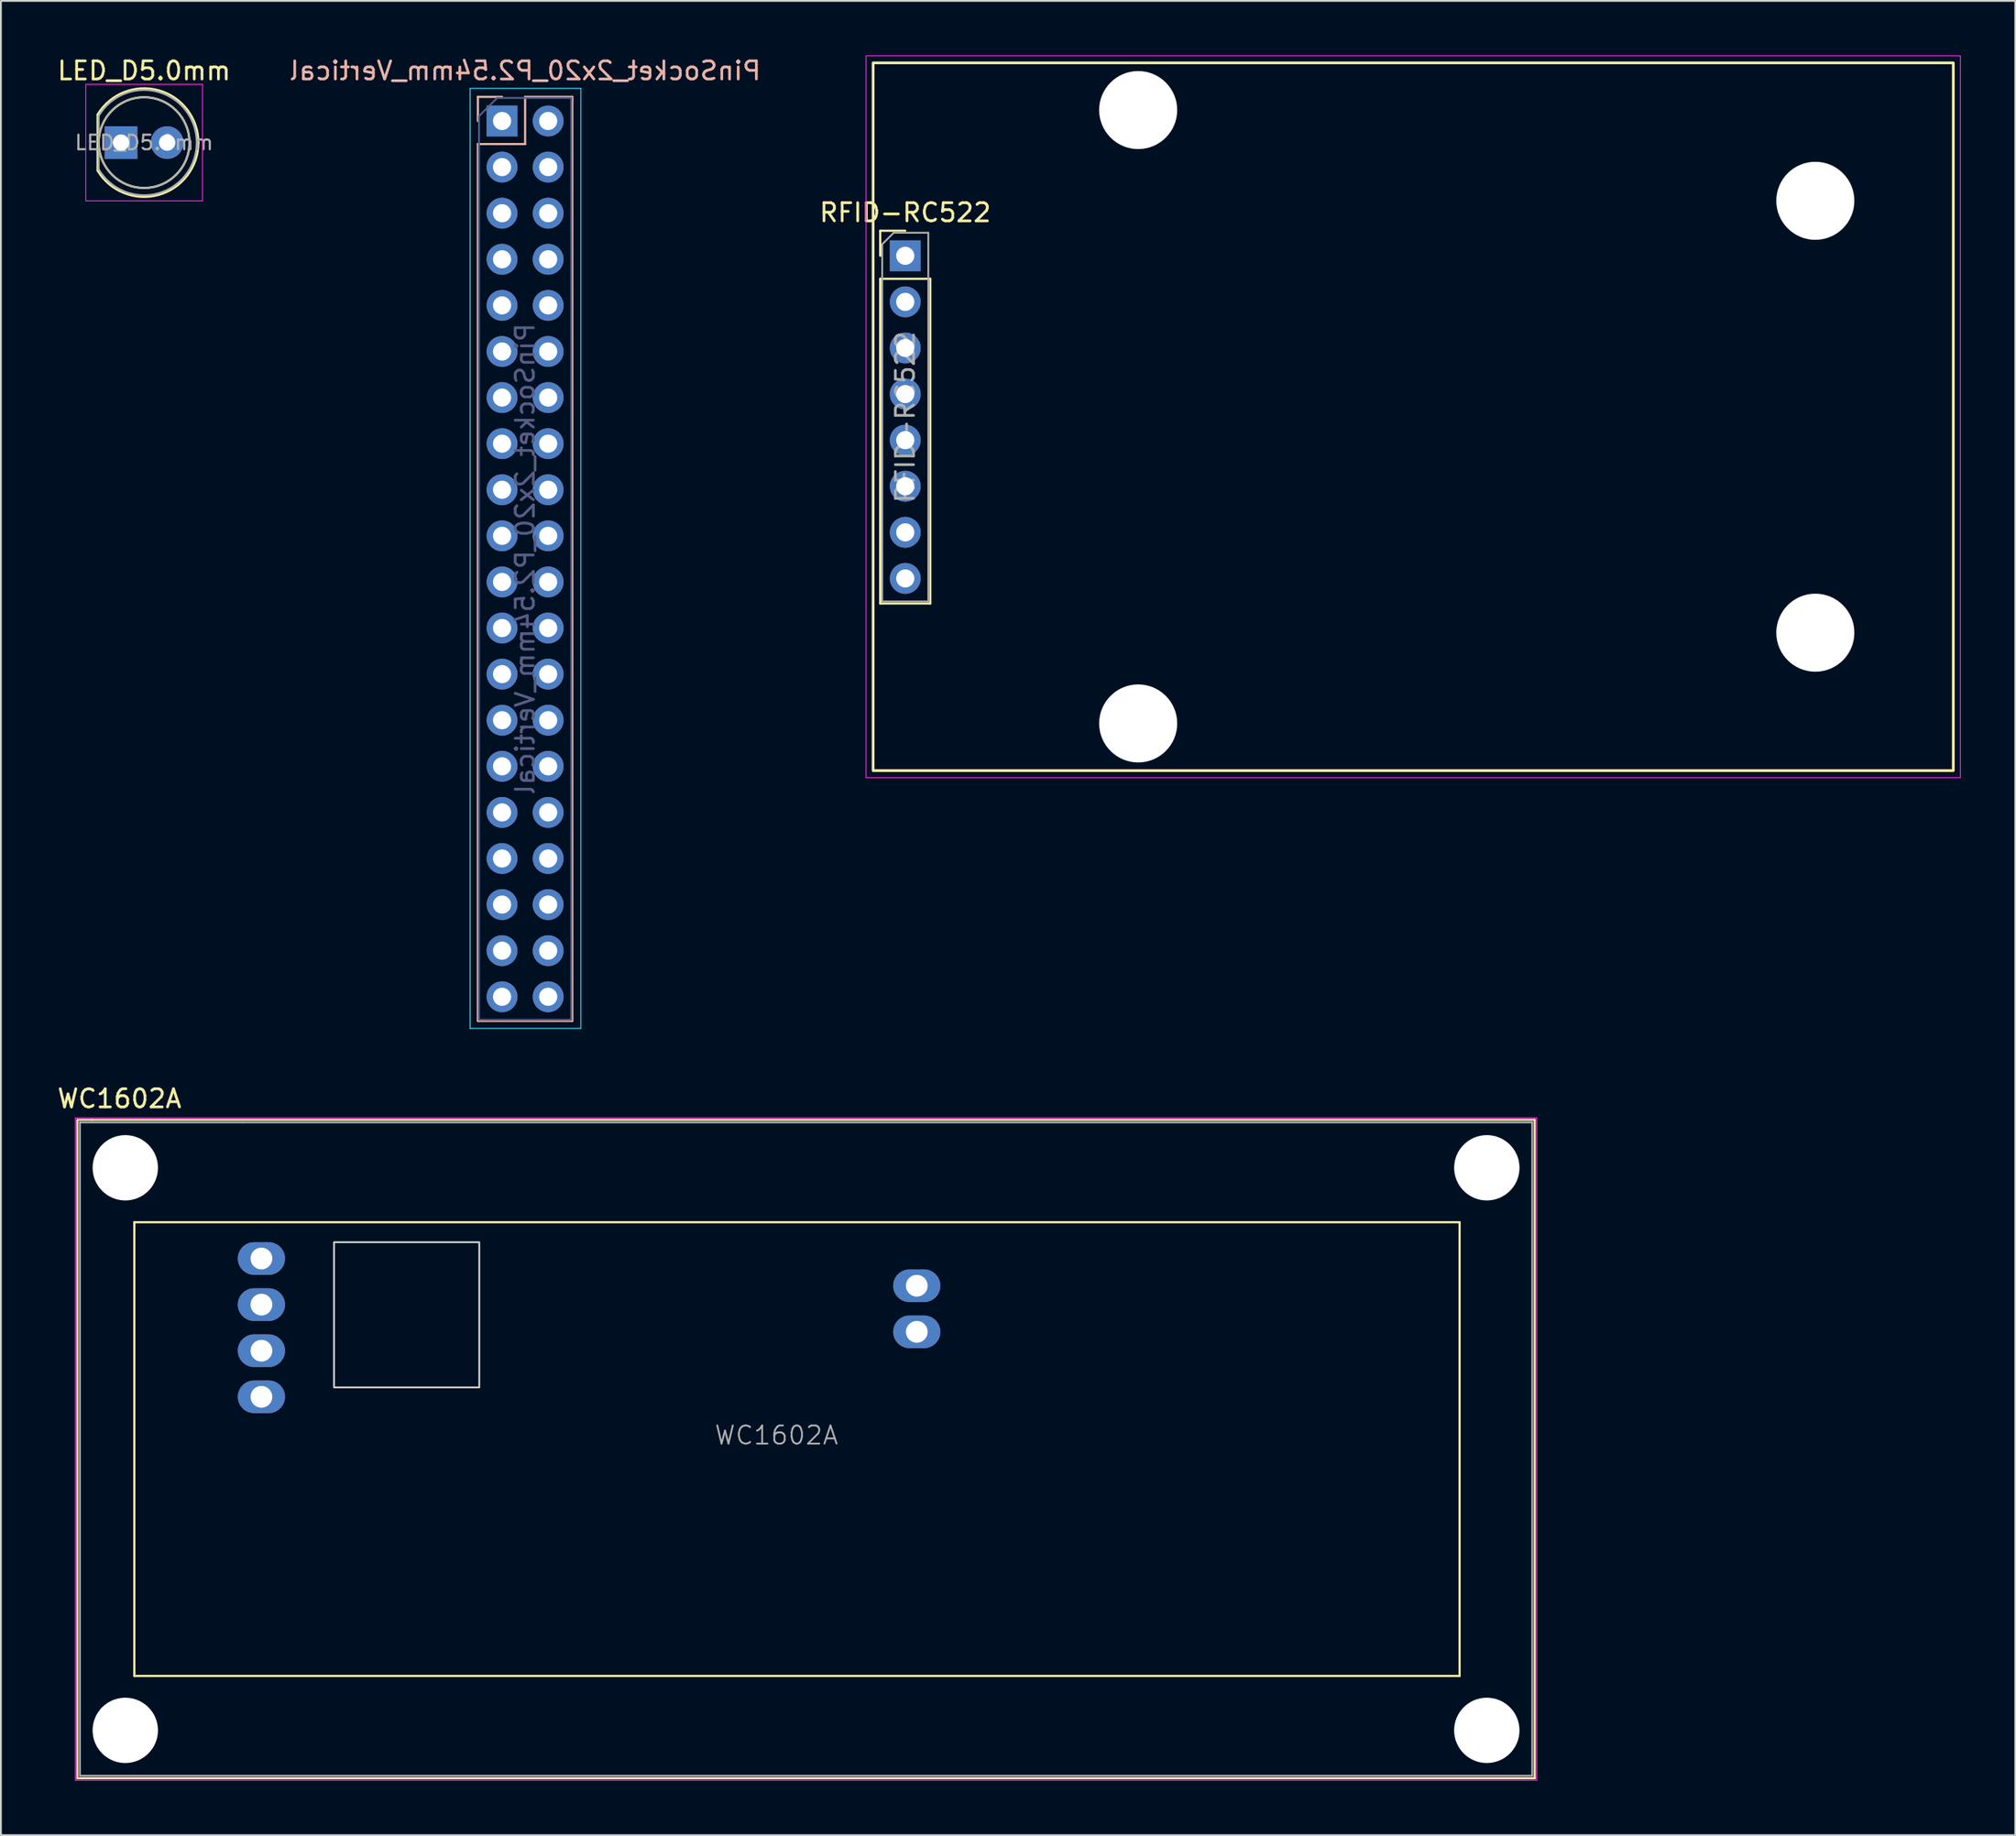
<source format=kicad_pcb>
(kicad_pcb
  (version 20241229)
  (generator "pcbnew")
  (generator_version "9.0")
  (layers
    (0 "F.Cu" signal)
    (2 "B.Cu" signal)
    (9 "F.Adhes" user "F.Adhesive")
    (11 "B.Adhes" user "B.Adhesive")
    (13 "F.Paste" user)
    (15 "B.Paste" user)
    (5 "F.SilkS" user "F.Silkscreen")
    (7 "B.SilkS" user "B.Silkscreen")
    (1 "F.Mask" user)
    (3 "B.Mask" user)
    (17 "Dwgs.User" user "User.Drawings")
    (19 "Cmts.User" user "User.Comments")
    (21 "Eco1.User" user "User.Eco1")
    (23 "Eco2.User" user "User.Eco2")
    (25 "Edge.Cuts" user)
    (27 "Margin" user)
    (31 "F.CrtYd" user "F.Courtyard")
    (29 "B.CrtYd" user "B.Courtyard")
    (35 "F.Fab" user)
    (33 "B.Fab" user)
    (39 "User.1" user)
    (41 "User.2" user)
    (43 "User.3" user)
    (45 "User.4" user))
  (footprint "LED_D5.0mm"
    (layer "F.Cu")
    (at 3.617 4.808)
    (property "Reference" "LED_D5.0mm" (at 1.27 -3.96 0) (layer "F.SilkS") (effects (font (size 1 1) (thickness 0.15))))
    (attr through_hole)
    (fp_line (start -1.29 -1.545) (end -1.29 1.545) (stroke (width 0.12) (type solid)) (layer "F.SilkS"))
    (fp_arc (start -1.29 -1.54483) (mid 2.071756 -2.880501) (end 4.26 -0.000048) (stroke (width 0.12) (type solid)) (layer "F.SilkS"))
    (fp_arc (start 4.26 0.000048) (mid 2.071756 2.880501) (end -1.29 1.54483) (stroke (width 0.12) (type solid)) (layer "F.SilkS"))
    (fp_circle (center 1.27 0) (end 3.77 0) (stroke (width 0.12) (type solid)) (fill no) (layer "F.SilkS"))
    (fp_line (start -1.94 -3.21) (end -1.94 3.21) (stroke (width 0.05) (type solid)) (layer "F.CrtYd"))
    (fp_line (start -1.94 3.21) (end 4.49 3.21) (stroke (width 0.05) (type solid)) (layer "F.CrtYd"))
    (fp_line (start 4.49 -3.21) (end -1.94 -3.21) (stroke (width 0.05) (type solid)) (layer "F.CrtYd"))
    (fp_line (start 4.49 3.21) (end 4.49 -3.21) (stroke (width 0.05) (type solid)) (layer "F.CrtYd"))
    (fp_line (start -1.23 -1.47) (end -1.23 1.47) (stroke (width 0.1) (type solid)) (layer "F.Fab"))
    (fp_arc (start -1.23 -1.469694) (mid 4.17 -0.000045) (end -1.229954 1.469772) (stroke (width 0.1) (type solid)) (layer "F.Fab"))
    (fp_circle (center 1.27 0) (end 3.77 0) (stroke (width 0.1) (type solid)) (fill no) (layer "F.Fab"))
    (fp_text user "${REFERENCE}" (at 1.27 0 0) (layer "F.Fab") (effects (font (size 0.8 0.8) (thickness 0.12))))
    (pad "1" thru_hole rect (at 0 0) (size 1.8 1.8) (drill 0.9) (layers "*.Cu" "*.Mask"))
    (pad "2" thru_hole circle (at 2.54 0) (size 1.8 1.8) (drill 0.9) (layers "*.Cu" "*.Mask")))
  (footprint "RFID-RC522"
    (layer "F.Cu")
    (at 45.045 39.415)
    (property "Reference" "RFID-RC522" (at 1.77 -30.75 0) (layer "F.SilkS") (effects (font (size 1 1) (thickness 0.15))))
    (attr through_hole)
    (fp_line (start 0.39 -29.75) (end 1.77 -29.75) (stroke (width 0.12) (type solid)) (layer "F.SilkS"))
    (fp_line (start 0.39 -28.37) (end 0.39 -29.75) (stroke (width 0.12) (type solid)) (layer "F.SilkS"))
    (fp_line (start 0.39 -27.1) (end 0.39 -9.21) (stroke (width 0.12) (type solid)) (layer "F.SilkS"))
    (fp_line (start 0.39 -27.1) (end 3.15 -27.1) (stroke (width 0.12) (type solid)) (layer "F.SilkS"))
    (fp_line (start 0.39 -9.21) (end 3.15 -9.21) (stroke (width 0.12) (type solid)) (layer "F.SilkS"))
    (fp_line (start 3.15 -27.1) (end 3.15 -9.21) (stroke (width 0.12) (type solid)) (layer "F.SilkS"))
    (fp_rect (start 0 -39) (end 59.5 0) (stroke (width 0.15) (type solid)) (fill no) (layer "F.SilkS"))
    (fp_rect (start -0.39 -39.39) (end 59.89 0.39) (stroke (width 0.05) (type solid)) (fill no) (layer "F.CrtYd"))
    (fp_line (start 0.5 -29.005) (end 1.135 -29.64) (stroke (width 0.1) (type solid)) (layer "F.Fab"))
    (fp_line (start 0.5 -9.32) (end 0.5 -29.005) (stroke (width 0.1) (type solid)) (layer "F.Fab"))
    (fp_line (start 1.135 -29.64) (end 3.04 -29.64) (stroke (width 0.1) (type solid)) (layer "F.Fab"))
    (fp_line (start 3.04 -29.64) (end 3.04 -9.32) (stroke (width 0.1) (type solid)) (layer "F.Fab"))
    (fp_line (start 3.04 -9.32) (end 0.5 -9.32) (stroke (width 0.1) (type solid)) (layer "F.Fab"))
    (fp_text user "${REFERENCE}" (at 1.77 -19.48 90) (layer "F.Fab") (effects (font (size 1 1) (thickness 0.15))))
    (pad "" np_thru_hole circle (at 14.6 -36.4) (size 4.3 4.3) (drill 4.3) (layers "*.Cu" "*.Mask"))
    (pad "" np_thru_hole circle (at 14.6 -2.6) (size 4.3 4.3) (drill 4.3) (layers "*.Cu" "*.Mask"))
    (pad "" np_thru_hole circle (at 51.9 -31.4) (size 4.3 4.3) (drill 4.3) (layers "*.Cu" "*.Mask"))
    (pad "" np_thru_hole circle (at 51.9 -7.6) (size 4.3 4.3) (drill 4.3) (layers "*.Cu" "*.Mask"))
    (pad "1" thru_hole circle (at 1.77 -10.59) (size 1.7 1.7) (drill 1) (layers "*.Cu" "*.Mask"))
    (pad "2" thru_hole circle (at 1.77 -13.13) (size 1.7 1.7) (drill 1) (layers "*.Cu" "*.Mask"))
    (pad "3" thru_hole circle (at 1.77 -15.67) (size 1.7 1.7) (drill 1) (layers "*.Cu" "*.Mask"))
    (pad "4" thru_hole circle (at 1.77 -18.21) (size 1.7 1.7) (drill 1) (layers "*.Cu" "*.Mask"))
    (pad "5" thru_hole circle (at 1.77 -20.75) (size 1.7 1.7) (drill 1) (layers "*.Cu" "*.Mask"))
    (pad "6" thru_hole circle (at 1.77 -23.29) (size 1.7 1.7) (drill 1) (layers "*.Cu" "*.Mask"))
    (pad "7" thru_hole circle (at 1.77 -25.83) (size 1.7 1.7) (drill 1) (layers "*.Cu" "*.Mask"))
    (pad "8" thru_hole rect (at 1.77 -28.37) (size 1.7 1.7) (drill 1) (layers "*.Cu" "*.Mask")))
  (footprint "PinSocket_2x20_P2.54mm_Vertical"
    (layer "F.Cu")
    (at 24.605 3.618)
    (property "Reference" "PinSocket_2x20_P2.54mm_Vertical" (at 1.27 -2.77 0) (layer "B.SilkS") (effects (font (size 1 1) (thickness 0.15)) (justify mirror)))
    (attr through_hole)
    (fp_line (start -1.33 -1.33) (end -1.33 0) (stroke (width 0.12) (type solid)) (layer "B.SilkS"))
    (fp_line (start -1.33 1.27) (end -1.33 49.59) (stroke (width 0.12) (type solid)) (layer "B.SilkS"))
    (fp_line (start 0 -1.33) (end -1.33 -1.33) (stroke (width 0.12) (type solid)) (layer "B.SilkS"))
    (fp_line (start 1.27 -1.33) (end 1.27 1.27) (stroke (width 0.12) (type solid)) (layer "B.SilkS"))
    (fp_line (start 1.27 1.27) (end -1.33 1.27) (stroke (width 0.12) (type solid)) (layer "B.SilkS"))
    (fp_line (start 3.87 -1.33) (end 1.27 -1.33) (stroke (width 0.12) (type solid)) (layer "B.SilkS"))
    (fp_line (start 3.87 -1.33) (end 3.87 49.59) (stroke (width 0.12) (type solid)) (layer "B.SilkS"))
    (fp_line (start 3.87 49.59) (end -1.33 49.59) (stroke (width 0.12) (type solid)) (layer "B.SilkS"))
    (fp_line (start -1.76 -1.8) (end -1.76 50) (stroke (width 0.05) (type solid)) (layer "B.CrtYd"))
    (fp_line (start -1.76 50) (end 4.34 50) (stroke (width 0.05) (type solid)) (layer "B.CrtYd"))
    (fp_line (start 4.34 -1.8) (end -1.76 -1.8) (stroke (width 0.05) (type solid)) (layer "B.CrtYd"))
    (fp_line (start 4.34 50) (end 4.34 -1.8) (stroke (width 0.05) (type solid)) (layer "B.CrtYd"))
    (fp_line (start -1.27 -0.27) (end -1.27 49.53) (stroke (width 0.1) (type solid)) (layer "B.Fab"))
    (fp_line (start -1.27 49.53) (end 3.81 49.53) (stroke (width 0.1) (type solid)) (layer "B.Fab"))
    (fp_line (start -0.27 -1.27) (end -1.27 -0.27) (stroke (width 0.1) (type solid)) (layer "B.Fab"))
    (fp_line (start 3.81 -1.27) (end -0.27 -1.27) (stroke (width 0.1) (type solid)) (layer "B.Fab"))
    (fp_line (start 3.81 49.53) (end 3.81 -1.27) (stroke (width 0.1) (type solid)) (layer "B.Fab"))
    (fp_text user "${REFERENCE}" (at 1.27 24.13 270) (layer "B.Fab") (effects (font (size 1 1) (thickness 0.15)) (justify mirror)))
    (pad "1" thru_hole rect (at 0 0) (size 1.7 1.7) (drill 1) (layers "*.Cu" "*.Mask"))
    (pad "2" thru_hole circle (at 2.54 0) (size 1.7 1.7) (drill 1) (layers "*.Cu" "*.Mask"))
    (pad "3" thru_hole circle (at 0 2.54) (size 1.7 1.7) (drill 1) (layers "*.Cu" "*.Mask"))
    (pad "4" thru_hole circle (at 2.54 2.54) (size 1.7 1.7) (drill 1) (layers "*.Cu" "*.Mask"))
    (pad "5" thru_hole circle (at 0 5.08) (size 1.7 1.7) (drill 1) (layers "*.Cu" "*.Mask"))
    (pad "6" thru_hole circle (at 2.54 5.08) (size 1.7 1.7) (drill 1) (layers "*.Cu" "*.Mask"))
    (pad "7" thru_hole circle (at 0 7.62) (size 1.7 1.7) (drill 1) (layers "*.Cu" "*.Mask"))
    (pad "8" thru_hole circle (at 2.54 7.62) (size 1.7 1.7) (drill 1) (layers "*.Cu" "*.Mask"))
    (pad "9" thru_hole circle (at 0 10.16) (size 1.7 1.7) (drill 1) (layers "*.Cu" "*.Mask"))
    (pad "10" thru_hole circle (at 2.54 10.16) (size 1.7 1.7) (drill 1) (layers "*.Cu" "*.Mask"))
    (pad "11" thru_hole circle (at 0 12.7) (size 1.7 1.7) (drill 1) (layers "*.Cu" "*.Mask"))
    (pad "12" thru_hole circle (at 2.54 12.7) (size 1.7 1.7) (drill 1) (layers "*.Cu" "*.Mask"))
    (pad "13" thru_hole circle (at 0 15.24) (size 1.7 1.7) (drill 1) (layers "*.Cu" "*.Mask"))
    (pad "14" thru_hole circle (at 2.54 15.24) (size 1.7 1.7) (drill 1) (layers "*.Cu" "*.Mask"))
    (pad "15" thru_hole circle (at 0 17.78) (size 1.7 1.7) (drill 1) (layers "*.Cu" "*.Mask"))
    (pad "16" thru_hole circle (at 2.54 17.78) (size 1.7 1.7) (drill 1) (layers "*.Cu" "*.Mask"))
    (pad "17" thru_hole circle (at 0 20.32) (size 1.7 1.7) (drill 1) (layers "*.Cu" "*.Mask"))
    (pad "18" thru_hole circle (at 2.54 20.32) (size 1.7 1.7) (drill 1) (layers "*.Cu" "*.Mask"))
    (pad "19" thru_hole circle (at 0 22.86) (size 1.7 1.7) (drill 1) (layers "*.Cu" "*.Mask"))
    (pad "20" thru_hole circle (at 2.54 22.86) (size 1.7 1.7) (drill 1) (layers "*.Cu" "*.Mask"))
    (pad "21" thru_hole circle (at 0 25.4) (size 1.7 1.7) (drill 1) (layers "*.Cu" "*.Mask"))
    (pad "22" thru_hole circle (at 2.54 25.4) (size 1.7 1.7) (drill 1) (layers "*.Cu" "*.Mask"))
    (pad "23" thru_hole circle (at 0 27.94) (size 1.7 1.7) (drill 1) (layers "*.Cu" "*.Mask"))
    (pad "24" thru_hole circle (at 2.54 27.94) (size 1.7 1.7) (drill 1) (layers "*.Cu" "*.Mask"))
    (pad "25" thru_hole circle (at 0 30.48) (size 1.7 1.7) (drill 1) (layers "*.Cu" "*.Mask"))
    (pad "26" thru_hole circle (at 2.54 30.48) (size 1.7 1.7) (drill 1) (layers "*.Cu" "*.Mask"))
    (pad "27" thru_hole circle (at 0 33.02) (size 1.7 1.7) (drill 1) (layers "*.Cu" "*.Mask"))
    (pad "28" thru_hole circle (at 2.54 33.02) (size 1.7 1.7) (drill 1) (layers "*.Cu" "*.Mask"))
    (pad "29" thru_hole circle (at 0 35.56) (size 1.7 1.7) (drill 1) (layers "*.Cu" "*.Mask"))
    (pad "30" thru_hole circle (at 2.54 35.56) (size 1.7 1.7) (drill 1) (layers "*.Cu" "*.Mask"))
    (pad "31" thru_hole circle (at 0 38.1) (size 1.7 1.7) (drill 1) (layers "*.Cu" "*.Mask"))
    (pad "32" thru_hole circle (at 2.54 38.1) (size 1.7 1.7) (drill 1) (layers "*.Cu" "*.Mask"))
    (pad "33" thru_hole circle (at 0 40.64) (size 1.7 1.7) (drill 1) (layers "*.Cu" "*.Mask"))
    (pad "34" thru_hole circle (at 2.54 40.64) (size 1.7 1.7) (drill 1) (layers "*.Cu" "*.Mask"))
    (pad "35" thru_hole circle (at 0 43.18) (size 1.7 1.7) (drill 1) (layers "*.Cu" "*.Mask"))
    (pad "36" thru_hole circle (at 2.54 43.18) (size 1.7 1.7) (drill 1) (layers "*.Cu" "*.Mask"))
    (pad "37" thru_hole circle (at 0 45.72) (size 1.7 1.7) (drill 1) (layers "*.Cu" "*.Mask"))
    (pad "38" thru_hole circle (at 2.54 45.72) (size 1.7 1.7) (drill 1) (layers "*.Cu" "*.Mask"))
    (pad "39" thru_hole circle (at 0 48.26) (size 1.7 1.7) (drill 1) (layers "*.Cu" "*.Mask"))
    (pad "40" thru_hole circle (at 2.54 48.26) (size 1.7 1.7) (drill 1) (layers "*.Cu" "*.Mask")))
  (footprint "WC1602A"
    (layer "F.Cu")
    (at 9.35 61.301)
    (property "Reference" "WC1602A" (at -5.82 -3.81 0) (layer "F.SilkS") (effects (font (size 1 1) (thickness 0.15))))
    (attr through_hole)
    (fp_line (start -8.14 -2.64) (end -8.14 33.64) (stroke (width 0.12) (type solid)) (layer "F.SilkS"))
    (fp_line (start -8.14 33.64) (end 72.14 33.64) (stroke (width 0.12) (type solid)) (layer "F.SilkS"))
    (fp_line (start -8.13 -2.64) (end -7.34 -2.64) (stroke (width 0.12) (type solid)) (layer "F.SilkS"))
    (fp_line (start -5 3) (end 68 3) (stroke (width 0.12) (type solid)) (layer "F.SilkS"))
    (fp_line (start -5 28) (end -5 3) (stroke (width 0.12) (type solid)) (layer "F.SilkS"))
    (fp_line (start 68 3) (end 68 28) (stroke (width 0.12) (type solid)) (layer "F.SilkS"))
    (fp_line (start 68 28) (end -5 28) (stroke (width 0.12) (type solid)) (layer "F.SilkS"))
    (fp_line (start 72.14 -2.64) (end -7.34 -2.64) (stroke (width 0.12) (type solid)) (layer "F.SilkS"))
    (fp_line (start 72.14 33.64) (end 72.14 -2.64) (stroke (width 0.12) (type solid)) (layer "F.SilkS"))
    (fp_rect (start 6 4.1) (end 14 12.1) (stroke (width 0.1) (type default)) (fill no) (layer "Edge.Cuts"))
    (fp_line (start -8.25 -2.75) (end -8.25 33.75) (stroke (width 0.05) (type solid)) (layer "F.CrtYd"))
    (fp_line (start -8.25 -2.75) (end 72.25 -2.75) (stroke (width 0.05) (type solid)) (layer "F.CrtYd"))
    (fp_line (start -8.25 33.75) (end 72.25 33.75) (stroke (width 0.05) (type solid)) (layer "F.CrtYd"))
    (fp_line (start 72.25 -2.75) (end 72.25 33.75) (stroke (width 0.05) (type solid)) (layer "F.CrtYd"))
    (fp_line (start -8 33.5) (end -8 -2.5) (stroke (width 0.1) (type solid)) (layer "F.Fab"))
    (fp_line (start 1 -2.5) (end -8 -2.5) (stroke (width 0.1) (type solid)) (layer "F.Fab"))
    (fp_line (start 1 -2.5) (end 72 -2.5) (stroke (width 0.1) (type solid)) (layer "F.Fab"))
    (fp_line (start 72 -2.5) (end 72 33.5) (stroke (width 0.1) (type solid)) (layer "F.Fab"))
    (fp_line (start 72 33.5) (end -8 33.5) (stroke (width 0.1) (type solid)) (layer "F.Fab"))
    (fp_text user "${REFERENCE}" (at 30.37 14.74 0) (layer "F.Fab") (effects (font (size 1 1) (thickness 0.1))))
    (pad "" np_thru_hole circle (at -5.499 0) (size 3.6 3.6) (drill 3.6) (layers "*.Cu" "*.Mask"))
    (pad "" np_thru_hole circle (at -5.499 31.001) (size 3.6 3.6) (drill 3.6) (layers "*.Cu" "*.Mask"))
    (pad "" thru_hole oval (at 38.1 6.5 90) (size 1.8 2.6) (drill 1.2) (layers "*.Cu" "*.Mask"))
    (pad "" thru_hole oval (at 38.1 9.04 90) (size 1.8 2.6) (drill 1.2) (layers "*.Cu" "*.Mask"))
    (pad "" np_thru_hole circle (at 69.499 31.001) (size 3.6 3.6) (drill 3.6) (layers "*.Cu" "*.Mask"))
    (pad "" np_thru_hole circle (at 69.5 0) (size 3.6 3.6) (drill 3.6) (layers "*.Cu" "*.Mask"))
    (pad "1" thru_hole oval (at 2 5 90) (size 1.8 2.6) (drill 1.2) (layers "*.Cu" "*.Mask"))
    (pad "2" thru_hole oval (at 2 7.54 90) (size 1.8 2.6) (drill 1.2) (layers "*.Cu" "*.Mask"))
    (pad "3" thru_hole oval (at 2 10.08 90) (size 1.8 2.6) (drill 1.2) (layers "*.Cu" "*.Mask"))
    (pad "4" thru_hole oval (at 2 12.62 90) (size 1.8 2.6) (drill 1.2) (layers "*.Cu" "*.Mask")))
  (gr_rect
    (start -3 -3)
    (end 107.96 98.076)
    (stroke (width 0.1) (type default))
    (fill no)
    (layer "Edge.Cuts")))
</source>
